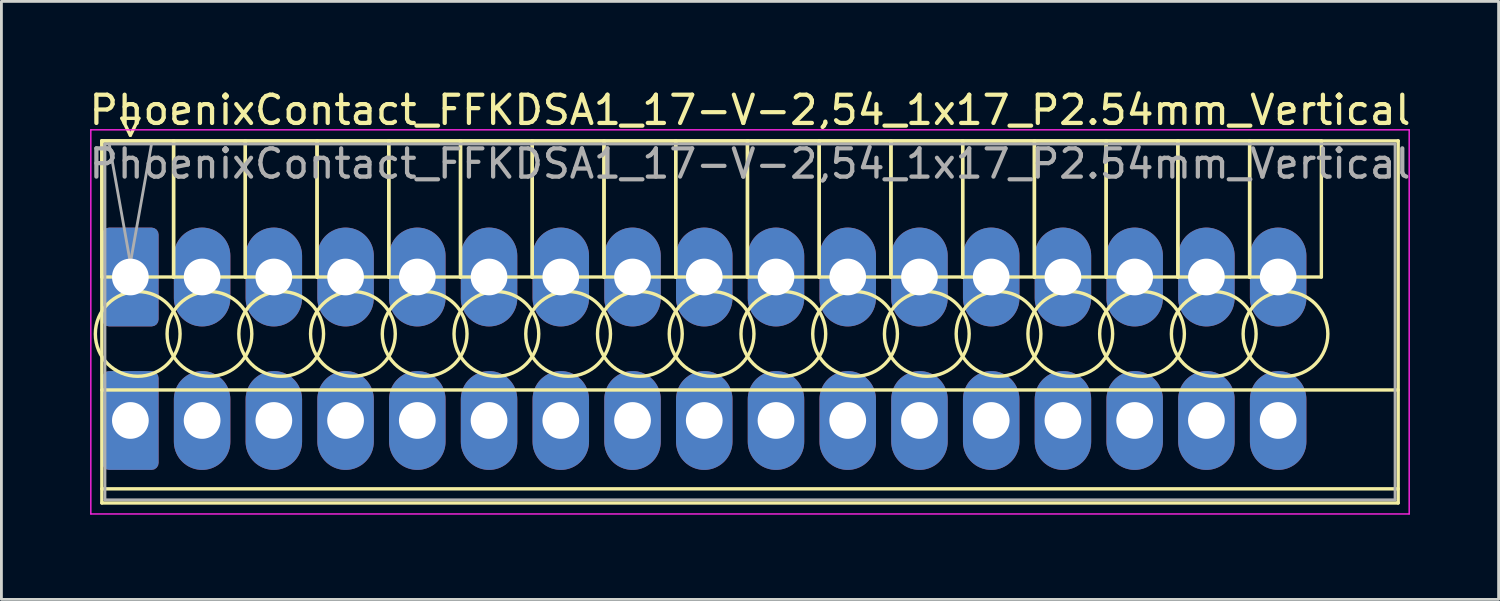
<source format=kicad_pcb>
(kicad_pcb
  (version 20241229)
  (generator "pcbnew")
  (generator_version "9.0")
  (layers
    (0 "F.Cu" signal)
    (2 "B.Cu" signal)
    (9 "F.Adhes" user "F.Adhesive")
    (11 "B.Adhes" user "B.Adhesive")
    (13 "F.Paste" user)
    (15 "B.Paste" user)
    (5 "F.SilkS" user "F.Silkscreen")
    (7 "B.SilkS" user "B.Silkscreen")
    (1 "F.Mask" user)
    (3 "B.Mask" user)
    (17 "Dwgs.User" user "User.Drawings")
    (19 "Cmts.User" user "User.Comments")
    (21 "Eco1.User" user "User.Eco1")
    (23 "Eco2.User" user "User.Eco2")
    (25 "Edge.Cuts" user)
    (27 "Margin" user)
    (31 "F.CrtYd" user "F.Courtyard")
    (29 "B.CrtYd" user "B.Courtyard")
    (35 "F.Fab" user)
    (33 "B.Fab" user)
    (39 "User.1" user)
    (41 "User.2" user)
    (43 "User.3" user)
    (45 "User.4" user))
  (footprint "PhoenixContact_FFKDSA1_17-V-2,54_1x17_P2.54mm_Vertical"
    (layer "F.Cu")
    (at 1.566 6.758)
    (property "Reference" "PhoenixContact_FFKDSA1_17-V-2,54_1x17_P2.54mm_Vertical" (at 21.94 -5.91 0) (layer "F.SilkS") (effects (font (size 1 1) (thickness 0.15))))
    (attr through_hole)
    (fp_line (start -1.01 -4.82) (end -1.01 0) (stroke (width 0.12) (type solid)) (layer "F.SilkS"))
    (fp_line (start -1.01 -4.82) (end -1.01 8) (stroke (width 0.12) (type solid)) (layer "F.SilkS"))
    (fp_line (start -1.01 0) (end 1.53 0) (stroke (width 0.12) (type solid)) (layer "F.SilkS"))
    (fp_line (start -1.01 4) (end 44.89 4) (stroke (width 0.12) (type solid)) (layer "F.SilkS"))
    (fp_line (start -1.01 7.5) (end 44.89 7.5) (stroke (width 0.12) (type solid)) (layer "F.SilkS"))
    (fp_line (start -1.01 8) (end 44.89 8) (stroke (width 0.12) (type solid)) (layer "F.SilkS"))
    (fp_line (start -0.3 -5.62) (end 0.3 -5.62) (stroke (width 0.12) (type solid)) (layer "F.SilkS"))
    (fp_line (start 0 -5.02) (end -0.3 -5.62) (stroke (width 0.12) (type solid)) (layer "F.SilkS"))
    (fp_line (start 0.3 -5.62) (end 0 -5.02) (stroke (width 0.12) (type solid)) (layer "F.SilkS"))
    (fp_line (start 1.53 -4.82) (end -1.01 -4.82) (stroke (width 0.12) (type solid)) (layer "F.SilkS"))
    (fp_line (start 1.53 -4.82) (end 1.53 0) (stroke (width 0.12) (type solid)) (layer "F.SilkS"))
    (fp_line (start 1.53 0) (end 1.53 -4.82) (stroke (width 0.12) (type solid)) (layer "F.SilkS"))
    (fp_line (start 1.53 0) (end 4.07 0) (stroke (width 0.12) (type solid)) (layer "F.SilkS"))
    (fp_line (start 4.07 -4.82) (end 1.53 -4.82) (stroke (width 0.12) (type solid)) (layer "F.SilkS"))
    (fp_line (start 4.07 -4.82) (end 4.07 0) (stroke (width 0.12) (type solid)) (layer "F.SilkS"))
    (fp_line (start 4.07 0) (end 4.07 -4.82) (stroke (width 0.12) (type solid)) (layer "F.SilkS"))
    (fp_line (start 4.07 0) (end 6.61 0) (stroke (width 0.12) (type solid)) (layer "F.SilkS"))
    (fp_line (start 6.61 -4.82) (end 4.07 -4.82) (stroke (width 0.12) (type solid)) (layer "F.SilkS"))
    (fp_line (start 6.61 -4.82) (end 6.61 0) (stroke (width 0.12) (type solid)) (layer "F.SilkS"))
    (fp_line (start 6.61 0) (end 6.61 -4.82) (stroke (width 0.12) (type solid)) (layer "F.SilkS"))
    (fp_line (start 6.61 0) (end 9.15 0) (stroke (width 0.12) (type solid)) (layer "F.SilkS"))
    (fp_line (start 9.15 -4.82) (end 6.61 -4.82) (stroke (width 0.12) (type solid)) (layer "F.SilkS"))
    (fp_line (start 9.15 -4.82) (end 9.15 0) (stroke (width 0.12) (type solid)) (layer "F.SilkS"))
    (fp_line (start 9.15 0) (end 9.15 -4.82) (stroke (width 0.12) (type solid)) (layer "F.SilkS"))
    (fp_line (start 9.15 0) (end 11.69 0) (stroke (width 0.12) (type solid)) (layer "F.SilkS"))
    (fp_line (start 11.69 -4.82) (end 9.15 -4.82) (stroke (width 0.12) (type solid)) (layer "F.SilkS"))
    (fp_line (start 11.69 -4.82) (end 11.69 0) (stroke (width 0.12) (type solid)) (layer "F.SilkS"))
    (fp_line (start 11.69 0) (end 11.69 -4.82) (stroke (width 0.12) (type solid)) (layer "F.SilkS"))
    (fp_line (start 11.69 0) (end 14.23 0) (stroke (width 0.12) (type solid)) (layer "F.SilkS"))
    (fp_line (start 14.23 -4.82) (end 11.69 -4.82) (stroke (width 0.12) (type solid)) (layer "F.SilkS"))
    (fp_line (start 14.23 -4.82) (end 14.23 0) (stroke (width 0.12) (type solid)) (layer "F.SilkS"))
    (fp_line (start 14.23 0) (end 14.23 -4.82) (stroke (width 0.12) (type solid)) (layer "F.SilkS"))
    (fp_line (start 14.23 0) (end 16.77 0) (stroke (width 0.12) (type solid)) (layer "F.SilkS"))
    (fp_line (start 16.77 -4.82) (end 14.23 -4.82) (stroke (width 0.12) (type solid)) (layer "F.SilkS"))
    (fp_line (start 16.77 -4.82) (end 16.77 0) (stroke (width 0.12) (type solid)) (layer "F.SilkS"))
    (fp_line (start 16.77 0) (end 16.77 -4.82) (stroke (width 0.12) (type solid)) (layer "F.SilkS"))
    (fp_line (start 16.77 0) (end 19.31 0) (stroke (width 0.12) (type solid)) (layer "F.SilkS"))
    (fp_line (start 19.31 -4.82) (end 16.77 -4.82) (stroke (width 0.12) (type solid)) (layer "F.SilkS"))
    (fp_line (start 19.31 -4.82) (end 19.31 0) (stroke (width 0.12) (type solid)) (layer "F.SilkS"))
    (fp_line (start 19.31 0) (end 19.31 -4.82) (stroke (width 0.12) (type solid)) (layer "F.SilkS"))
    (fp_line (start 19.31 0) (end 21.85 0) (stroke (width 0.12) (type solid)) (layer "F.SilkS"))
    (fp_line (start 21.85 -4.82) (end 19.31 -4.82) (stroke (width 0.12) (type solid)) (layer "F.SilkS"))
    (fp_line (start 21.85 -4.82) (end 21.85 0) (stroke (width 0.12) (type solid)) (layer "F.SilkS"))
    (fp_line (start 21.85 0) (end 21.85 -4.82) (stroke (width 0.12) (type solid)) (layer "F.SilkS"))
    (fp_line (start 21.85 0) (end 24.39 0) (stroke (width 0.12) (type solid)) (layer "F.SilkS"))
    (fp_line (start 24.39 -4.82) (end 21.85 -4.82) (stroke (width 0.12) (type solid)) (layer "F.SilkS"))
    (fp_line (start 24.39 -4.82) (end 24.39 0) (stroke (width 0.12) (type solid)) (layer "F.SilkS"))
    (fp_line (start 24.39 0) (end 24.39 -4.82) (stroke (width 0.12) (type solid)) (layer "F.SilkS"))
    (fp_line (start 24.39 0) (end 26.93 0) (stroke (width 0.12) (type solid)) (layer "F.SilkS"))
    (fp_line (start 26.93 -4.82) (end 24.39 -4.82) (stroke (width 0.12) (type solid)) (layer "F.SilkS"))
    (fp_line (start 26.93 -4.82) (end 26.93 0) (stroke (width 0.12) (type solid)) (layer "F.SilkS"))
    (fp_line (start 26.93 0) (end 26.93 -4.82) (stroke (width 0.12) (type solid)) (layer "F.SilkS"))
    (fp_line (start 26.93 0) (end 29.47 0) (stroke (width 0.12) (type solid)) (layer "F.SilkS"))
    (fp_line (start 29.47 -4.82) (end 26.93 -4.82) (stroke (width 0.12) (type solid)) (layer "F.SilkS"))
    (fp_line (start 29.47 -4.82) (end 29.47 0) (stroke (width 0.12) (type solid)) (layer "F.SilkS"))
    (fp_line (start 29.47 0) (end 29.47 -4.82) (stroke (width 0.12) (type solid)) (layer "F.SilkS"))
    (fp_line (start 29.47 0) (end 32.01 0) (stroke (width 0.12) (type solid)) (layer "F.SilkS"))
    (fp_line (start 32.01 -4.82) (end 29.47 -4.82) (stroke (width 0.12) (type solid)) (layer "F.SilkS"))
    (fp_line (start 32.01 -4.82) (end 32.01 0) (stroke (width 0.12) (type solid)) (layer "F.SilkS"))
    (fp_line (start 32.01 0) (end 32.01 -4.82) (stroke (width 0.12) (type solid)) (layer "F.SilkS"))
    (fp_line (start 32.01 0) (end 34.55 0) (stroke (width 0.12) (type solid)) (layer "F.SilkS"))
    (fp_line (start 34.55 -4.82) (end 32.01 -4.82) (stroke (width 0.12) (type solid)) (layer "F.SilkS"))
    (fp_line (start 34.55 -4.82) (end 34.55 0) (stroke (width 0.12) (type solid)) (layer "F.SilkS"))
    (fp_line (start 34.55 0) (end 34.55 -4.82) (stroke (width 0.12) (type solid)) (layer "F.SilkS"))
    (fp_line (start 34.55 0) (end 37.09 0) (stroke (width 0.12) (type solid)) (layer "F.SilkS"))
    (fp_line (start 37.09 -4.82) (end 34.55 -4.82) (stroke (width 0.12) (type solid)) (layer "F.SilkS"))
    (fp_line (start 37.09 -4.82) (end 37.09 0) (stroke (width 0.12) (type solid)) (layer "F.SilkS"))
    (fp_line (start 37.09 0) (end 37.09 -4.82) (stroke (width 0.12) (type solid)) (layer "F.SilkS"))
    (fp_line (start 37.09 0) (end 39.63 0) (stroke (width 0.12) (type solid)) (layer "F.SilkS"))
    (fp_line (start 39.63 -4.82) (end 37.09 -4.82) (stroke (width 0.12) (type solid)) (layer "F.SilkS"))
    (fp_line (start 39.63 -4.82) (end 39.63 0) (stroke (width 0.12) (type solid)) (layer "F.SilkS"))
    (fp_line (start 39.63 0) (end 39.63 -4.82) (stroke (width 0.12) (type solid)) (layer "F.SilkS"))
    (fp_line (start 39.63 0) (end 42.17 0) (stroke (width 0.12) (type solid)) (layer "F.SilkS"))
    (fp_line (start 42.17 -4.82) (end 39.63 -4.82) (stroke (width 0.12) (type solid)) (layer "F.SilkS"))
    (fp_line (start 42.17 0) (end 42.17 -4.82) (stroke (width 0.12) (type solid)) (layer "F.SilkS"))
    (fp_line (start 44.89 -4.82) (end -1.01 -4.82) (stroke (width 0.12) (type solid)) (layer "F.SilkS"))
    (fp_line (start 44.89 8) (end 44.89 -4.82) (stroke (width 0.12) (type solid)) (layer "F.SilkS"))
    (fp_circle (center 0.26 2.015) (end 1.76 2.015) (stroke (width 0.12) (type solid)) (fill no) (layer "F.SilkS"))
    (fp_circle (center 2.8 2.015) (end 4.3 2.015) (stroke (width 0.12) (type solid)) (fill no) (layer "F.SilkS"))
    (fp_circle (center 5.34 2.015) (end 6.84 2.015) (stroke (width 0.12) (type solid)) (fill no) (layer "F.SilkS"))
    (fp_circle (center 7.88 2.015) (end 9.38 2.015) (stroke (width 0.12) (type solid)) (fill no) (layer "F.SilkS"))
    (fp_circle (center 10.42 2.015) (end 11.92 2.015) (stroke (width 0.12) (type solid)) (fill no) (layer "F.SilkS"))
    (fp_circle (center 12.96 2.015) (end 14.46 2.015) (stroke (width 0.12) (type solid)) (fill no) (layer "F.SilkS"))
    (fp_circle (center 15.5 2.015) (end 17 2.015) (stroke (width 0.12) (type solid)) (fill no) (layer "F.SilkS"))
    (fp_circle (center 18.04 2.015) (end 19.54 2.015) (stroke (width 0.12) (type solid)) (fill no) (layer "F.SilkS"))
    (fp_circle (center 20.58 2.015) (end 22.08 2.015) (stroke (width 0.12) (type solid)) (fill no) (layer "F.SilkS"))
    (fp_circle (center 23.12 2.015) (end 24.62 2.015) (stroke (width 0.12) (type solid)) (fill no) (layer "F.SilkS"))
    (fp_circle (center 25.66 2.015) (end 27.16 2.015) (stroke (width 0.12) (type solid)) (fill no) (layer "F.SilkS"))
    (fp_circle (center 28.2 2.015) (end 29.7 2.015) (stroke (width 0.12) (type solid)) (fill no) (layer "F.SilkS"))
    (fp_circle (center 30.74 2.015) (end 32.24 2.015) (stroke (width 0.12) (type solid)) (fill no) (layer "F.SilkS"))
    (fp_circle (center 33.28 2.015) (end 34.78 2.015) (stroke (width 0.12) (type solid)) (fill no) (layer "F.SilkS"))
    (fp_circle (center 35.82 2.015) (end 37.32 2.015) (stroke (width 0.12) (type solid)) (fill no) (layer "F.SilkS"))
    (fp_circle (center 38.36 2.015) (end 39.86 2.015) (stroke (width 0.12) (type solid)) (fill no) (layer "F.SilkS"))
    (fp_circle (center 40.9 2.015) (end 42.4 2.015) (stroke (width 0.12) (type solid)) (fill no) (layer "F.SilkS"))
    (fp_line (start -1.4 -5.21) (end -1.4 8.39) (stroke (width 0.05) (type solid)) (layer "F.CrtYd"))
    (fp_line (start -1.4 8.39) (end 45.28 8.39) (stroke (width 0.05) (type solid)) (layer "F.CrtYd"))
    (fp_line (start 45.28 -5.21) (end -1.4 -5.21) (stroke (width 0.05) (type solid)) (layer "F.CrtYd"))
    (fp_line (start 45.28 8.39) (end 45.28 -5.21) (stroke (width 0.05) (type solid)) (layer "F.CrtYd"))
    (fp_line (start -0.9 -4.71) (end -0.9 7.89) (stroke (width 0.1) (type solid)) (layer "F.Fab"))
    (fp_line (start -0.9 7.89) (end 44.78 7.89) (stroke (width 0.1) (type solid)) (layer "F.Fab"))
    (fp_line (start 0 -0.5) (end -0.75 -4.71) (stroke (width 0.1) (type solid)) (layer "F.Fab"))
    (fp_line (start 0.75 -4.71) (end 0 -0.5) (stroke (width 0.1) (type solid)) (layer "F.Fab"))
    (fp_line (start 44.78 -4.71) (end -0.9 -4.71) (stroke (width 0.1) (type solid)) (layer "F.Fab"))
    (fp_line (start 44.78 7.89) (end 44.78 -4.71) (stroke (width 0.1) (type solid)) (layer "F.Fab"))
    (fp_text user "${REFERENCE}" (at 21.94 -4.01 0) (layer "F.Fab") (effects (font (size 1 1) (thickness 0.15))))
    (pad "1" thru_hole roundrect (at 0 0) (size 2 3.5) (drill 1.3) (layers "*.Cu" "*.Mask") (roundrect_rratio 0.125))
    (pad "1" thru_hole roundrect (at 0 5.08) (size 2 3.5) (drill 1.3) (layers "*.Cu" "*.Mask") (roundrect_rratio 0.125))
    (pad "2" thru_hole oval (at 2.54 0) (size 2 3.5) (drill 1.3) (layers "*.Cu" "*.Mask"))
    (pad "2" thru_hole oval (at 2.54 5.08) (size 2 3.5) (drill 1.3) (layers "*.Cu" "*.Mask"))
    (pad "3" thru_hole oval (at 5.08 0) (size 2 3.5) (drill 1.3) (layers "*.Cu" "*.Mask"))
    (pad "3" thru_hole oval (at 5.08 5.08) (size 2 3.5) (drill 1.3) (layers "*.Cu" "*.Mask"))
    (pad "4" thru_hole oval (at 7.62 0) (size 2 3.5) (drill 1.3) (layers "*.Cu" "*.Mask"))
    (pad "4" thru_hole oval (at 7.62 5.08) (size 2 3.5) (drill 1.3) (layers "*.Cu" "*.Mask"))
    (pad "5" thru_hole oval (at 10.16 0) (size 2 3.5) (drill 1.3) (layers "*.Cu" "*.Mask"))
    (pad "5" thru_hole oval (at 10.16 5.08) (size 2 3.5) (drill 1.3) (layers "*.Cu" "*.Mask"))
    (pad "6" thru_hole oval (at 12.7 0) (size 2 3.5) (drill 1.3) (layers "*.Cu" "*.Mask"))
    (pad "6" thru_hole oval (at 12.7 5.08) (size 2 3.5) (drill 1.3) (layers "*.Cu" "*.Mask"))
    (pad "7" thru_hole oval (at 15.24 0) (size 2 3.5) (drill 1.3) (layers "*.Cu" "*.Mask"))
    (pad "7" thru_hole oval (at 15.24 5.08) (size 2 3.5) (drill 1.3) (layers "*.Cu" "*.Mask"))
    (pad "8" thru_hole oval (at 17.78 0) (size 2 3.5) (drill 1.3) (layers "*.Cu" "*.Mask"))
    (pad "8" thru_hole oval (at 17.78 5.08) (size 2 3.5) (drill 1.3) (layers "*.Cu" "*.Mask"))
    (pad "9" thru_hole oval (at 20.32 0) (size 2 3.5) (drill 1.3) (layers "*.Cu" "*.Mask"))
    (pad "9" thru_hole oval (at 20.32 5.08) (size 2 3.5) (drill 1.3) (layers "*.Cu" "*.Mask"))
    (pad "10" thru_hole oval (at 22.86 0) (size 2 3.5) (drill 1.3) (layers "*.Cu" "*.Mask"))
    (pad "10" thru_hole oval (at 22.86 5.08) (size 2 3.5) (drill 1.3) (layers "*.Cu" "*.Mask"))
    (pad "11" thru_hole oval (at 25.4 0) (size 2 3.5) (drill 1.3) (layers "*.Cu" "*.Mask"))
    (pad "11" thru_hole oval (at 25.4 5.08) (size 2 3.5) (drill 1.3) (layers "*.Cu" "*.Mask"))
    (pad "12" thru_hole oval (at 27.94 0) (size 2 3.5) (drill 1.3) (layers "*.Cu" "*.Mask"))
    (pad "12" thru_hole oval (at 27.94 5.08) (size 2 3.5) (drill 1.3) (layers "*.Cu" "*.Mask"))
    (pad "13" thru_hole oval (at 30.48 0) (size 2 3.5) (drill 1.3) (layers "*.Cu" "*.Mask"))
    (pad "13" thru_hole oval (at 30.48 5.08) (size 2 3.5) (drill 1.3) (layers "*.Cu" "*.Mask"))
    (pad "14" thru_hole oval (at 33.02 0) (size 2 3.5) (drill 1.3) (layers "*.Cu" "*.Mask"))
    (pad "14" thru_hole oval (at 33.02 5.08) (size 2 3.5) (drill 1.3) (layers "*.Cu" "*.Mask"))
    (pad "15" thru_hole oval (at 35.56 0) (size 2 3.5) (drill 1.3) (layers "*.Cu" "*.Mask"))
    (pad "15" thru_hole oval (at 35.56 5.08) (size 2 3.5) (drill 1.3) (layers "*.Cu" "*.Mask"))
    (pad "16" thru_hole oval (at 38.1 0) (size 2 3.5) (drill 1.3) (layers "*.Cu" "*.Mask"))
    (pad "16" thru_hole oval (at 38.1 5.08) (size 2 3.5) (drill 1.3) (layers "*.Cu" "*.Mask"))
    (pad "17" thru_hole oval (at 40.64 0) (size 2 3.5) (drill 1.3) (layers "*.Cu" "*.Mask"))
    (pad "17" thru_hole oval (at 40.64 5.08) (size 2 3.5) (drill 1.3) (layers "*.Cu" "*.Mask")))
  (gr_rect
    (start -3 -3)
    (end 50.012 18.173)
    (stroke (width 0.1) (type default))
    (fill no)
    (layer "Edge.Cuts")))
</source>
